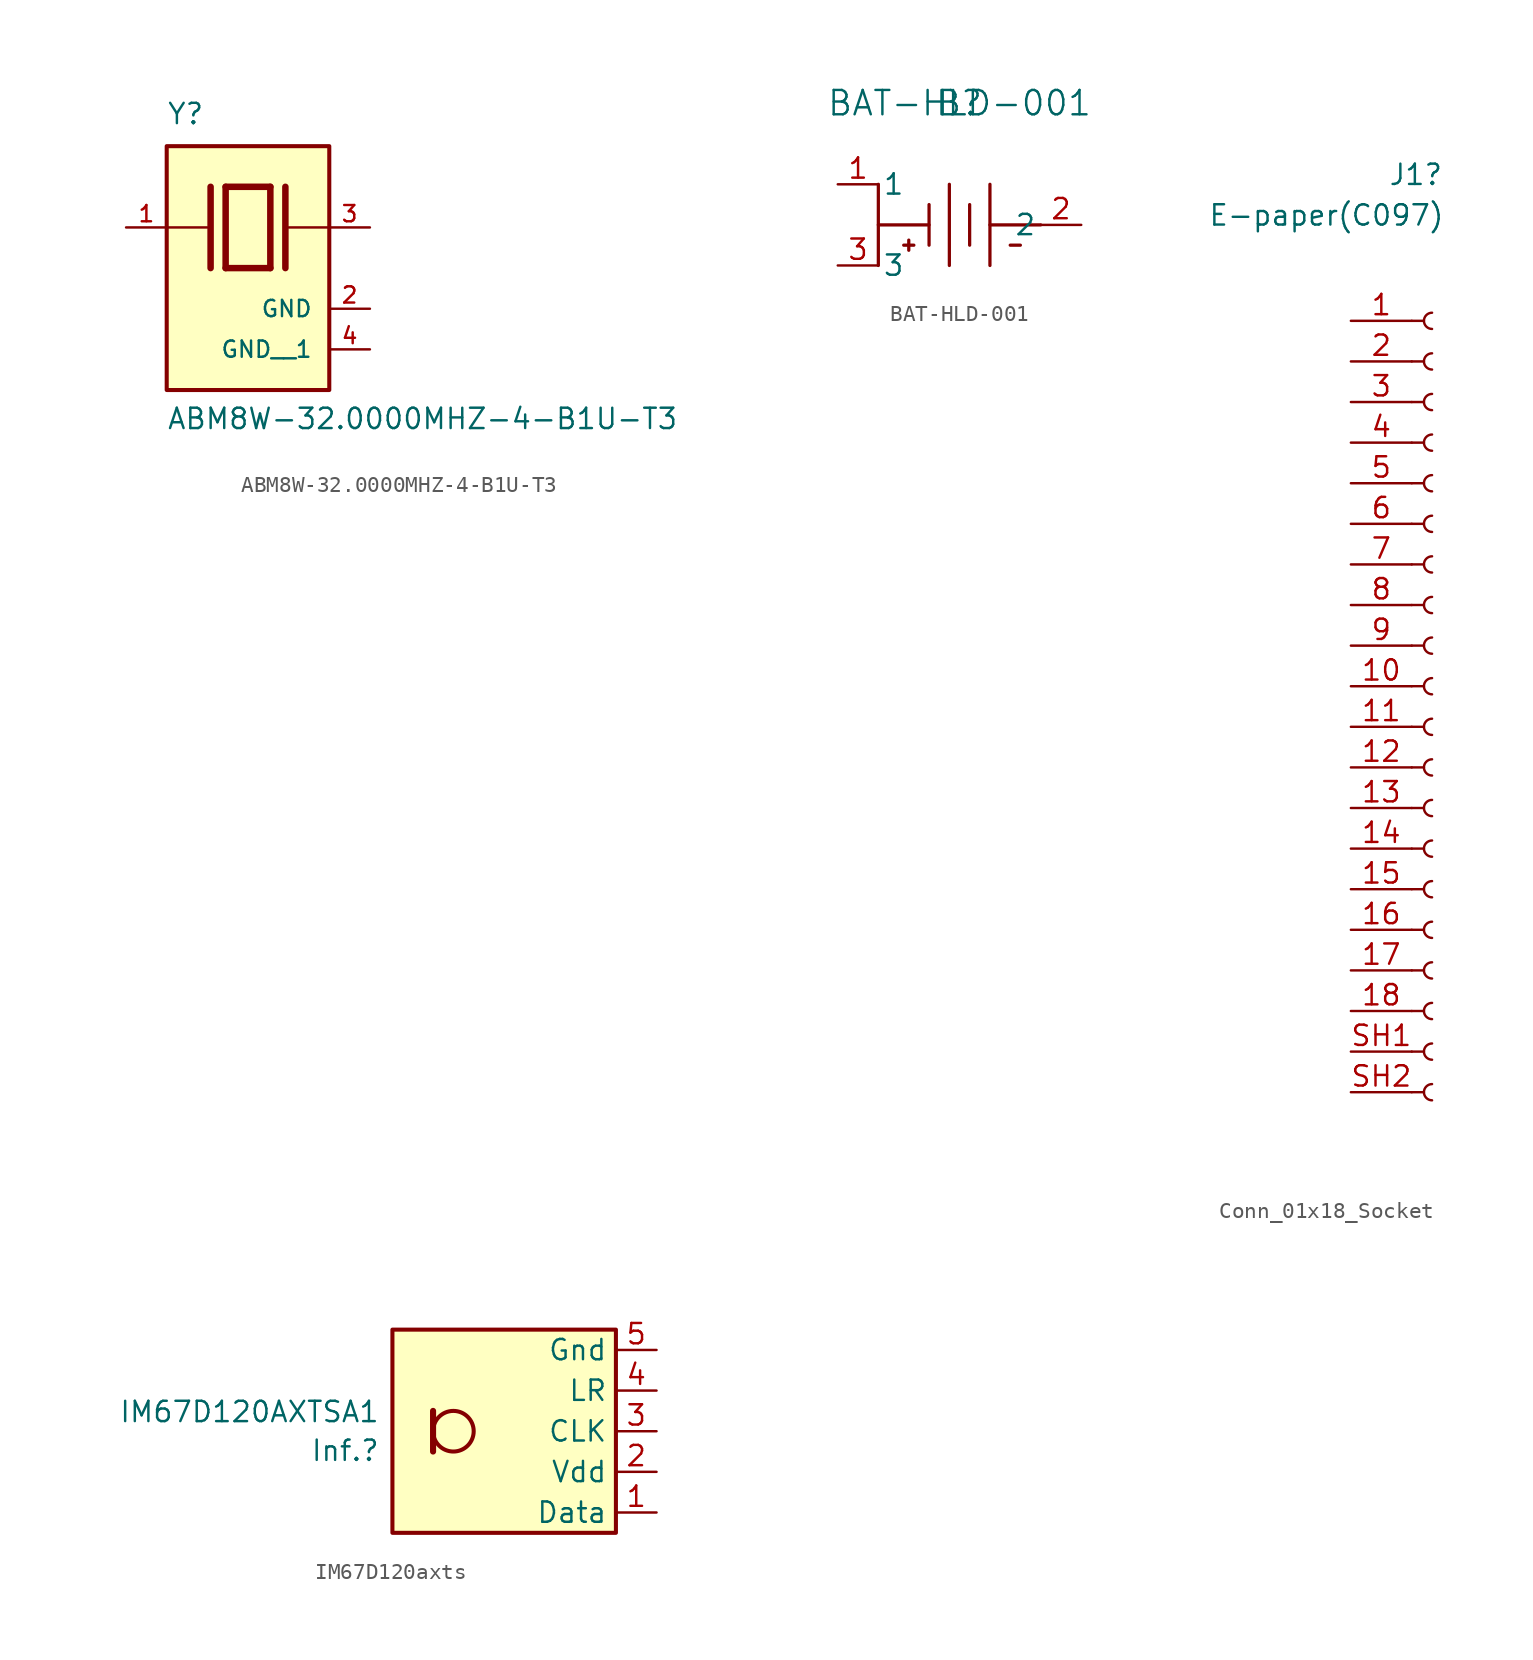
<source format=kicad_sym>
(kicad_symbol_lib
  (version 20231120)
  (generator "kicad_symbol_editor")
  (generator_version "8.0")
  (symbol "ABM8W-32.0000MHZ-4-B1U-T3"
    (pin_names
      (offset 1.016))
    (property "Reference" "Y"
      (at -5.088 6.356 0)
      (effects (font (size 1.27 1.27)) (justify left bottom)))
    (property "Value" "ABM8W-32.0000MHZ-4-B1U-T3"
      (at -5.094 -12.7 0)
      (effects (font (size 1.27 1.27)) (justify left bottom)))
    (symbol "ABM8W-32.0000MHZ-4-B1U-T3_0_0"
      (rectangle (start -5.08 -10.16) (end 5.08 5.08) (stroke (width 0.254) (type default)) (fill (type background)))
      (polyline (pts (xy -5.08 0) (xy -2.54 0)) (stroke (width 0.152) (type default)) (fill (type none)))
      (polyline (pts (xy -2.337 2.54) (xy -2.337 -2.54)) (stroke (width 0.406) (type default)) (fill (type none)))
      (polyline (pts (xy -1.397 2.54) (xy -1.397 -2.54)) (stroke (width 0.406) (type default)) (fill (type none)))
      (polyline (pts (xy -1.397 2.54) (xy 1.397 2.54)) (stroke (width 0.406) (type default)) (fill (type none)))
      (polyline (pts (xy 1.397 -2.54) (xy -1.397 -2.54)) (stroke (width 0.406) (type default)) (fill (type none)))
      (polyline (pts (xy 1.397 2.54) (xy 1.397 -2.54)) (stroke (width 0.406) (type default)) (fill (type none)))
      (polyline (pts (xy 2.337 2.54) (xy 2.337 -2.54)) (stroke (width 0.406) (type default)) (fill (type none)))
      (polyline (pts (xy 2.54 0) (xy 5.08 0)) (stroke (width 0.152) (type default)) (fill (type none)))
      (pin passive line (at -7.62 0 0) (length 2.54) (name "~" (effects (font (size 1.016 1.016)))) (number "1" (effects (font (size 1.016 1.016)))))
      (pin power_in line (at 7.62 -5.08 180) (length 2.54) (name "GND" (effects (font (size 1.016 1.016)))) (number "2" (effects (font (size 1.016 1.016)))))
      (pin passive line (at 7.62 0 180) (length 2.54) (name "~" (effects (font (size 1.016 1.016)))) (number "3" (effects (font (size 1.016 1.016)))))
      (pin power_in line (at 7.62 -7.62 180) (length 2.54) (name "GND__1" (effects (font (size 1.016 1.016)))) (number "4" (effects (font (size 1.016 1.016)))))))
  (symbol "BAT-HLD-001"
    (pin_names
      (offset 0.254))
    (property "Reference" "B"
      (at 7.62 5.08 0)
      (effects (font (size 1.524 1.524))))
    (property "Value" "BAT-HLD-001"
      (at 7.62 5.08 0)
      (effects (font (size 1.524 1.524))))
    (property "ki_locked" ""
      (at 0 0 0)
      (effects (font (size 1.27 1.27))))
    (symbol "BAT-HLD-001_0_1"
      (polyline (pts (xy 2.54 -5.08) (xy 2.54 0)) (stroke (width 0.203) (type default)) (fill (type none)))
      (polyline (pts (xy 2.54 -2.54) (xy 5.715 -2.54)) (stroke (width 0.203) (type default)) (fill (type none)))
      (polyline (pts (xy 4.128 -3.81) (xy 4.763 -3.81)) (stroke (width 0.203) (type default)) (fill (type none)))
      (polyline (pts (xy 4.445 -4.128) (xy 4.445 -3.493)) (stroke (width 0.203) (type default)) (fill (type none)))
      (polyline (pts (xy 5.715 -1.27) (xy 5.715 -3.81)) (stroke (width 0.203) (type default)) (fill (type none)))
      (polyline (pts (xy 6.985 0) (xy 6.985 -5.08)) (stroke (width 0.203) (type default)) (fill (type none)))
      (polyline (pts (xy 8.255 -1.27) (xy 8.255 -3.81)) (stroke (width 0.203) (type default)) (fill (type none)))
      (polyline (pts (xy 9.525 0) (xy 9.525 -5.08)) (stroke (width 0.203) (type default)) (fill (type none)))
      (polyline (pts (xy 10.795 -3.81) (xy 11.43 -3.81)) (stroke (width 0.203) (type default)) (fill (type none)))
      (polyline (pts (xy 12.7 -2.54) (xy 9.525 -2.54)) (stroke (width 0.203) (type default)) (fill (type none)))
      (pin unspecified line (at 0 0 0) (length 2.54) (name "1" (effects (font (size 1.27 1.27)))) (number "1" (effects (font (size 1.27 1.27)))))
      (pin unspecified line (at 15.24 -2.54 180) (length 2.54) (name "2" (effects (font (size 1.27 1.27)))) (number "2" (effects (font (size 1.27 1.27)))))
      (pin unspecified line (at 0 -5.08 0) (length 2.54) (name "3" (effects (font (size 1.27 1.27)))) (number "3" (effects (font (size 1.27 1.27)))))))
  (symbol "Conn_01x18_Socket"
    (pin_names
      (offset 1.016) hide)
    (property "Reference" "J1"
      (at -1.016 29.464 0)
      (effects (font (size 1.27 1.27))))
    (property "Value" "E-paper(C097)"
      (at -6.604 26.924 0)
      (effects (font (size 1.27 1.27))))
    (property "ki_locked" ""
      (at 0 0 0)
      (effects (font (size 1.27 1.27))))
    (symbol "Conn_01x18_Socket_1_1"
      (arc (start 0 -27.432) (mid -0.5058 -27.94) (end 0 -28.448) (stroke (width 0.1524) (type default)) (fill (type none)))
      (arc (start 0 -24.892) (mid -0.5058 -25.4) (end 0 -25.908) (stroke (width 0.1524) (type default)) (fill (type none)))
      (arc (start 0 -22.352) (mid -0.5058 -22.86) (end 0 -23.368) (stroke (width 0.1524) (type default)) (fill (type none)))
      (arc (start 0 -19.812) (mid -0.5058 -20.32) (end 0 -20.828) (stroke (width 0.1524) (type default)) (fill (type none)))
      (arc (start 0 -17.272) (mid -0.5058 -17.78) (end 0 -18.288) (stroke (width 0.1524) (type default)) (fill (type none)))
      (arc (start 0 -14.732) (mid -0.5058 -15.24) (end 0 -15.748) (stroke (width 0.1524) (type default)) (fill (type none)))
      (arc (start 0 -12.192) (mid -0.5058 -12.7) (end 0 -13.208) (stroke (width 0.1524) (type default)) (fill (type none)))
      (arc (start 0 -9.652) (mid -0.5058 -10.16) (end 0 -10.668) (stroke (width 0.1524) (type default)) (fill (type none)))
      (arc (start 0 -7.112) (mid -0.5058 -7.62) (end 0 -8.128) (stroke (width 0.1524) (type default)) (fill (type none)))
      (arc (start 0 -4.572) (mid -0.5058 -5.08) (end 0 -5.588) (stroke (width 0.1524) (type default)) (fill (type none)))
      (arc (start 0 -2.032) (mid -0.5058 -2.54) (end 0 -3.048) (stroke (width 0.1524) (type default)) (fill (type none)))
      (polyline (pts (xy -1.27 -27.94) (xy -0.508 -27.94)) (stroke (width 0.152) (type default)) (fill (type none)))
      (polyline (pts (xy -1.27 -25.4) (xy -0.508 -25.4)) (stroke (width 0.152) (type default)) (fill (type none)))
      (polyline (pts (xy -1.27 -22.86) (xy -0.508 -22.86)) (stroke (width 0.152) (type default)) (fill (type none)))
      (polyline (pts (xy -1.27 -20.32) (xy -0.508 -20.32)) (stroke (width 0.152) (type default)) (fill (type none)))
      (polyline (pts (xy -1.27 -17.78) (xy -0.508 -17.78)) (stroke (width 0.152) (type default)) (fill (type none)))
      (polyline (pts (xy -1.27 -15.24) (xy -0.508 -15.24)) (stroke (width 0.152) (type default)) (fill (type none)))
      (polyline (pts (xy -1.27 -12.7) (xy -0.508 -12.7)) (stroke (width 0.152) (type default)) (fill (type none)))
      (polyline (pts (xy -1.27 -10.16) (xy -0.508 -10.16)) (stroke (width 0.152) (type default)) (fill (type none)))
      (polyline (pts (xy -1.27 -7.62) (xy -0.508 -7.62)) (stroke (width 0.152) (type default)) (fill (type none)))
      (polyline (pts (xy -1.27 -5.08) (xy -0.508 -5.08)) (stroke (width 0.152) (type default)) (fill (type none)))
      (polyline (pts (xy -1.27 -2.54) (xy -0.508 -2.54)) (stroke (width 0.152) (type default)) (fill (type none)))
      (polyline (pts (xy -1.27 0) (xy -0.508 0)) (stroke (width 0.152) (type default)) (fill (type none)))
      (polyline (pts (xy -1.27 2.54) (xy -0.508 2.54)) (stroke (width 0.152) (type default)) (fill (type none)))
      (polyline (pts (xy -1.27 5.08) (xy -0.508 5.08)) (stroke (width 0.152) (type default)) (fill (type none)))
      (polyline (pts (xy -1.27 7.62) (xy -0.508 7.62)) (stroke (width 0.152) (type default)) (fill (type none)))
      (polyline (pts (xy -1.27 10.16) (xy -0.508 10.16)) (stroke (width 0.152) (type default)) (fill (type none)))
      (polyline (pts (xy -1.27 12.7) (xy -0.508 12.7)) (stroke (width 0.152) (type default)) (fill (type none)))
      (polyline (pts (xy -1.27 15.24) (xy -0.508 15.24)) (stroke (width 0.152) (type default)) (fill (type none)))
      (polyline (pts (xy -1.27 17.78) (xy -0.508 17.78)) (stroke (width 0.152) (type default)) (fill (type none)))
      (polyline (pts (xy -1.27 20.32) (xy -0.508 20.32)) (stroke (width 0.152) (type default)) (fill (type none)))
      (arc (start 0 0.508) (mid -0.5058 0) (end 0 -0.508) (stroke (width 0.1524) (type default)) (fill (type none)))
      (arc (start 0 3.048) (mid -0.5058 2.54) (end 0 2.032) (stroke (width 0.1524) (type default)) (fill (type none)))
      (arc (start 0 5.588) (mid -0.5058 5.08) (end 0 4.572) (stroke (width 0.1524) (type default)) (fill (type none)))
      (arc (start 0 8.128) (mid -0.5058 7.62) (end 0 7.112) (stroke (width 0.1524) (type default)) (fill (type none)))
      (arc (start 0 10.668) (mid -0.5058 10.16) (end 0 9.652) (stroke (width 0.1524) (type default)) (fill (type none)))
      (arc (start 0 13.208) (mid -0.5058 12.7) (end 0 12.192) (stroke (width 0.1524) (type default)) (fill (type none)))
      (arc (start 0 15.748) (mid -0.5058 15.24) (end 0 14.732) (stroke (width 0.1524) (type default)) (fill (type none)))
      (arc (start 0 18.288) (mid -0.5058 17.78) (end 0 17.272) (stroke (width 0.1524) (type default)) (fill (type none)))
      (arc (start 0 20.828) (mid -0.5058 20.32) (end 0 19.812) (stroke (width 0.1524) (type default)) (fill (type none)))
      (pin passive line (at -5.08 20.32 0) (length 3.81) (name "Pin_1" (effects (font (size 1.27 1.27)))) (number "1" (effects (font (size 1.27 1.27)))))
      (pin passive line (at -5.08 -2.54 0) (length 3.81) (name "Pin_10" (effects (font (size 1.27 1.27)))) (number "10" (effects (font (size 1.27 1.27)))))
      (pin passive line (at -5.08 -5.08 0) (length 3.81) (name "Pin_11" (effects (font (size 1.27 1.27)))) (number "11" (effects (font (size 1.27 1.27)))))
      (pin passive line (at -5.08 -7.62 0) (length 3.81) (name "Pin_12" (effects (font (size 1.27 1.27)))) (number "12" (effects (font (size 1.27 1.27)))))
      (pin passive line (at -5.08 -10.16 0) (length 3.81) (name "Pin_13" (effects (font (size 1.27 1.27)))) (number "13" (effects (font (size 1.27 1.27)))))
      (pin passive line (at -5.08 -12.7 0) (length 3.81) (name "Pin_14" (effects (font (size 1.27 1.27)))) (number "14" (effects (font (size 1.27 1.27)))))
      (pin passive line (at -5.08 -15.24 0) (length 3.81) (name "Pin_15" (effects (font (size 1.27 1.27)))) (number "15" (effects (font (size 1.27 1.27)))))
      (pin passive line (at -5.08 -17.78 0) (length 3.81) (name "Pin_16" (effects (font (size 1.27 1.27)))) (number "16" (effects (font (size 1.27 1.27)))))
      (pin passive line (at -5.08 -20.32 0) (length 3.81) (name "Pin_17" (effects (font (size 1.27 1.27)))) (number "17" (effects (font (size 1.27 1.27)))))
      (pin passive line (at -5.08 -22.86 0) (length 3.81) (name "Pin_18" (effects (font (size 1.27 1.27)))) (number "18" (effects (font (size 1.27 1.27)))))
      (pin passive line (at -5.08 17.78 0) (length 3.81) (name "Pin_2" (effects (font (size 1.27 1.27)))) (number "2" (effects (font (size 1.27 1.27)))))
      (pin passive line (at -5.08 15.24 0) (length 3.81) (name "Pin_3" (effects (font (size 1.27 1.27)))) (number "3" (effects (font (size 1.27 1.27)))))
      (pin passive line (at -5.08 12.7 0) (length 3.81) (name "Pin_4" (effects (font (size 1.27 1.27)))) (number "4" (effects (font (size 1.27 1.27)))))
      (pin passive line (at -5.08 10.16 0) (length 3.81) (name "Pin_5" (effects (font (size 1.27 1.27)))) (number "5" (effects (font (size 1.27 1.27)))))
      (pin passive line (at -5.08 7.62 0) (length 3.81) (name "Pin_6" (effects (font (size 1.27 1.27)))) (number "6" (effects (font (size 1.27 1.27)))))
      (pin passive line (at -5.08 5.08 0) (length 3.81) (name "Pin_7" (effects (font (size 1.27 1.27)))) (number "7" (effects (font (size 1.27 1.27)))))
      (pin passive line (at -5.08 2.54 0) (length 3.81) (name "Pin_8" (effects (font (size 1.27 1.27)))) (number "8" (effects (font (size 1.27 1.27)))))
      (pin passive line (at -5.08 0 0) (length 3.81) (name "Pin_9" (effects (font (size 1.27 1.27)))) (number "9" (effects (font (size 1.27 1.27)))))
      (pin passive line (at -5.08 -25.4 0) (length 3.81) (name "SH1" (effects (font (size 1.27 1.27)))) (number "SH1" (effects (font (size 1.27 1.27)))))
      (pin passive line (at -5.08 -27.94 0) (length 3.81) (name "SH2" (effects (font (size 1.27 1.27)))) (number "SH2" (effects (font (size 1.27 1.27)))))))
  (symbol "IM67D120axts"
    (property "Reference" "Inf."
      (at -8.382 -1.212 0)
      (effects (font (size 1.27 1.27)) (justify right)))
    (property "Value" "IM67D120AXTSA1"
      (at -8.382 1.212 0)
      (effects (font (size 1.27 1.27)) (justify right)))
    (symbol "IM67D120axts_1_1"
      (rectangle (start -7.62 6.35) (end 6.35 -6.35) (stroke (width 0.254) (type default)) (fill (type background)))
      (circle (center -3.81 0) (radius 1.27) (stroke (width 0.254) (type default)) (fill (type none)))
      (polyline (pts (xy -5.08 1.27) (xy -5.08 -1.27)) (stroke (width 0.381) (type default)) (fill (type none)))
      (pin unspecified line (at 8.89 -5.08 180) (length 2.54) (name "Data" (effects (font (size 1.27 1.27)))) (number "1" (effects (font (size 1.27 1.27)))))
      (pin unspecified line (at 8.89 -2.54 180) (length 2.54) (name "Vdd" (effects (font (size 1.27 1.27)))) (number "2" (effects (font (size 1.27 1.27)))))
      (pin unspecified line (at 8.89 0 180) (length 2.54) (name "CLK" (effects (font (size 1.27 1.27)))) (number "3" (effects (font (size 1.27 1.27)))))
      (pin unspecified line (at 8.89 2.54 180) (length 2.54) (name "LR" (effects (font (size 1.27 1.27)))) (number "4" (effects (font (size 1.27 1.27)))))
      (pin unspecified line (at 8.89 5.08 180) (length 2.54) (name "Gnd" (effects (font (size 1.27 1.27)))) (number "5" (effects (font (size 1.27 1.27))))))))
</source>
